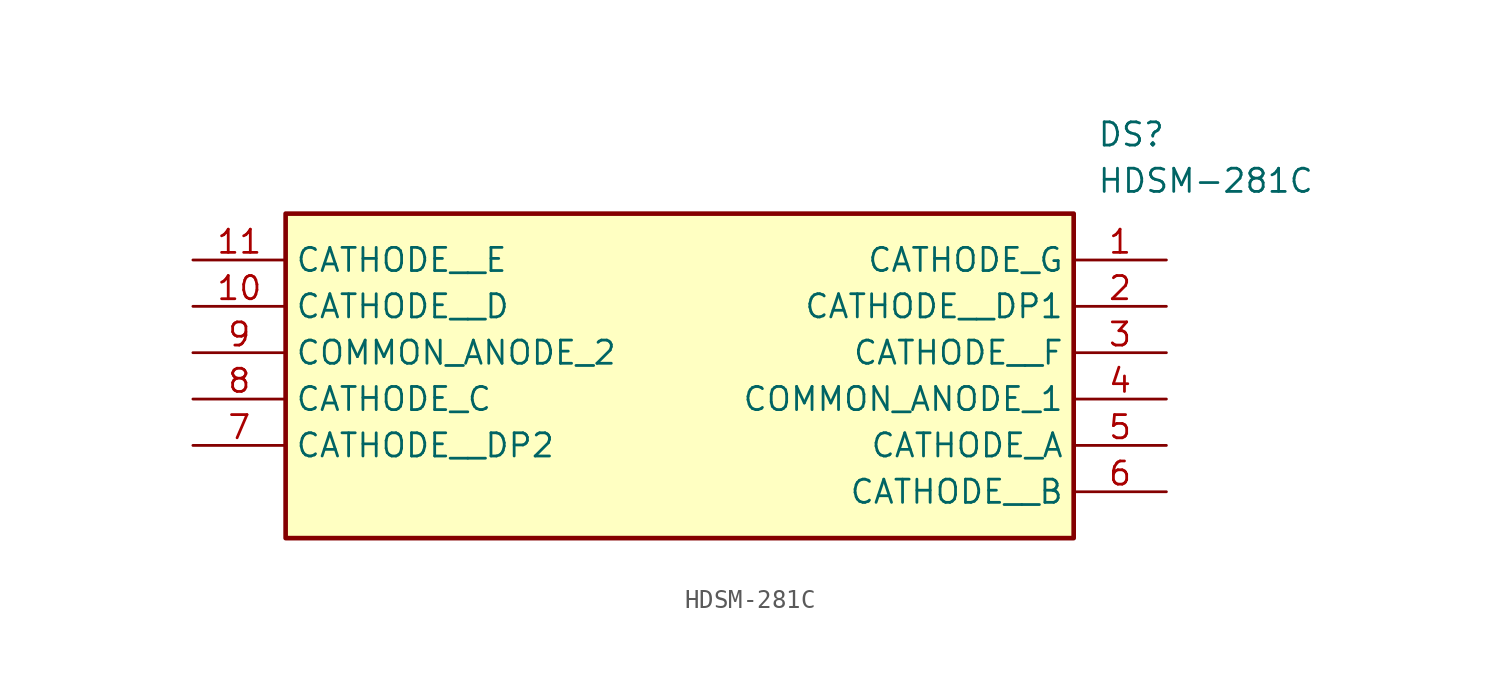
<source format=kicad_sym>
(kicad_symbol_lib
  (version 20211014)
  (generator SamacSys_ECAD_Model)
  (symbol "HDSM-281C"
    (property "Reference" "DS"
      (at 49.53 7.62 0)
      (effects (font (size 1.27 1.27)) (justify left top)))
    (property "Value" "HDSM-281C"
      (at 49.53 5.08 0)
      (effects (font (size 1.27 1.27)) (justify left top)))
    (rectangle
      (start 5.08 2.54)
      (end 48.26 -15.24)
      (stroke (width 0.254) (type default))
      (fill (type background)))
    (pin passive line
      (at 53.34 0 180)
      (length 5.08)
      (name "CATHODE_G" (effects (font (size 1.27 1.27))))
      (number "1" (effects (font (size 1.27 1.27)))))
    (pin passive line
      (at 53.34 -2.54 180)
      (length 5.08)
      (name "CATHODE__DP1" (effects (font (size 1.27 1.27))))
      (number "2" (effects (font (size 1.27 1.27)))))
    (pin passive line
      (at 53.34 -5.08 180)
      (length 5.08)
      (name "CATHODE__F" (effects (font (size 1.27 1.27))))
      (number "3" (effects (font (size 1.27 1.27)))))
    (pin passive line
      (at 53.34 -7.62 180)
      (length 5.08)
      (name "COMMON_ANODE_1" (effects (font (size 1.27 1.27))))
      (number "4" (effects (font (size 1.27 1.27)))))
    (pin passive line
      (at 53.34 -10.16 180)
      (length 5.08)
      (name "CATHODE_A" (effects (font (size 1.27 1.27))))
      (number "5" (effects (font (size 1.27 1.27)))))
    (pin passive line
      (at 53.34 -12.7 180)
      (length 5.08)
      (name "CATHODE__B" (effects (font (size 1.27 1.27))))
      (number "6" (effects (font (size 1.27 1.27)))))
    (pin passive line
      (at 0 -10.16 0)
      (length 5.08)
      (name "CATHODE__DP2" (effects (font (size 1.27 1.27))))
      (number "7" (effects (font (size 1.27 1.27)))))
    (pin passive line
      (at 0 -7.62 0)
      (length 5.08)
      (name "CATHODE_C" (effects (font (size 1.27 1.27))))
      (number "8" (effects (font (size 1.27 1.27)))))
    (pin passive line
      (at 0 -5.08 0)
      (length 5.08)
      (name "COMMON_ANODE_2" (effects (font (size 1.27 1.27))))
      (number "9" (effects (font (size 1.27 1.27)))))
    (pin passive line
      (at 0 -2.54 0)
      (length 5.08)
      (name "CATHODE__D" (effects (font (size 1.27 1.27))))
      (number "10" (effects (font (size 1.27 1.27)))))
    (pin passive line
      (at 0 0 0)
      (length 5.08)
      (name "CATHODE__E" (effects (font (size 1.27 1.27))))
      (number "11" (effects (font (size 1.27 1.27)))))))
</source>
